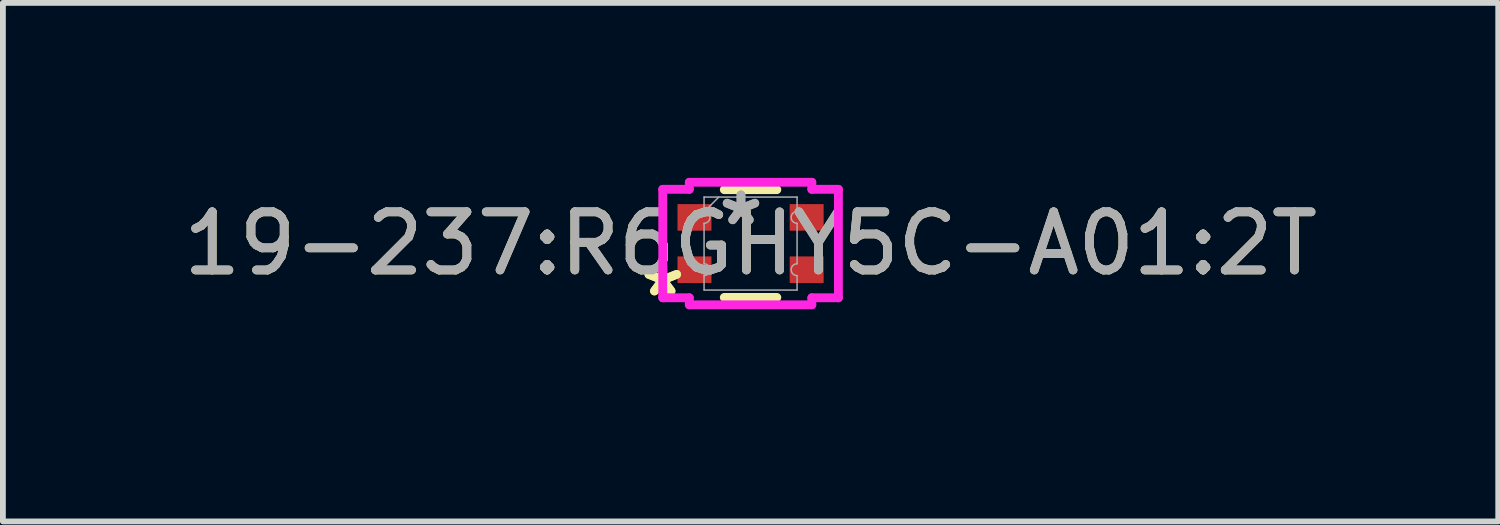
<source format=kicad_pcb>
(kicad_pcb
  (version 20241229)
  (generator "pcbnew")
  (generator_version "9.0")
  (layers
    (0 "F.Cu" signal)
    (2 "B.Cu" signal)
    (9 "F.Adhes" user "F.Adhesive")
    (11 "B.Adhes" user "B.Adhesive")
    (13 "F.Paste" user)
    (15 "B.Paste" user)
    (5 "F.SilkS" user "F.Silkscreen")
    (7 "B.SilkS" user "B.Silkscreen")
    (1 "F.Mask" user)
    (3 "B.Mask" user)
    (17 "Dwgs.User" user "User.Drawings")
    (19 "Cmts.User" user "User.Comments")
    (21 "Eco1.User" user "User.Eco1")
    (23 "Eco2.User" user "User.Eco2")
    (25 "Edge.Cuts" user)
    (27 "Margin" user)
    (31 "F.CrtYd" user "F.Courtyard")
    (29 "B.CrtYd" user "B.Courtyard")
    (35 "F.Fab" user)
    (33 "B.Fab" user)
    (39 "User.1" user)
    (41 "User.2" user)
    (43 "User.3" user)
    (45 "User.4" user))
  (footprint "19-237:R6GHY5C-A01:2T"
    (layer "F.Cu")
    (at 9.863 1.14)
    (property "Reference" "19-237:R6GHY5C-A01:2T" (at 0 0 0) (unlocked yes) (layer "F.SilkS") (effects (font (size 1 1) (thickness 0.15))))
    (attr smd)
    (fp_line (start -0.452 -0.927) (end 0.452 -0.927) (stroke (width 0.152) (type solid)) (layer "F.SilkS"))
    (fp_line (start -0.452 0.927) (end 0.452 0.927) (stroke (width 0.152) (type solid)) (layer "F.SilkS"))
    (fp_line (start -1.511 -0.933) (end -1.054 -0.933) (stroke (width 0.152) (type solid)) (layer "F.CrtYd"))
    (fp_line (start -1.511 0.933) (end -1.511 -0.933) (stroke (width 0.152) (type solid)) (layer "F.CrtYd"))
    (fp_line (start -1.511 0.933) (end -1.054 0.933) (stroke (width 0.152) (type solid)) (layer "F.CrtYd"))
    (fp_line (start -1.054 -1.054) (end 1.054 -1.054) (stroke (width 0.152) (type solid)) (layer "F.CrtYd"))
    (fp_line (start -1.054 -0.933) (end -1.054 -1.054) (stroke (width 0.152) (type solid)) (layer "F.CrtYd"))
    (fp_line (start -1.054 1.054) (end -1.054 0.933) (stroke (width 0.152) (type solid)) (layer "F.CrtYd"))
    (fp_line (start 1.054 -1.054) (end 1.054 -0.933) (stroke (width 0.152) (type solid)) (layer "F.CrtYd"))
    (fp_line (start 1.054 0.933) (end 1.054 1.054) (stroke (width 0.152) (type solid)) (layer "F.CrtYd"))
    (fp_line (start 1.054 1.054) (end -1.054 1.054) (stroke (width 0.152) (type solid)) (layer "F.CrtYd"))
    (fp_line (start 1.511 -0.933) (end 1.054 -0.933) (stroke (width 0.152) (type solid)) (layer "F.CrtYd"))
    (fp_line (start 1.511 -0.933) (end 1.511 0.933) (stroke (width 0.152) (type solid)) (layer "F.CrtYd"))
    (fp_line (start 1.511 0.933) (end 1.054 0.933) (stroke (width 0.152) (type solid)) (layer "F.CrtYd"))
    (fp_line (start -0.8 -0.8) (end 0.8 -0.8) (stroke (width 0.025) (type solid)) (layer "F.Fab"))
    (fp_line (start -0.8 -0.552) (end -0.8 -0.8) (stroke (width 0.025) (type solid)) (layer "F.Fab"))
    (fp_line (start -0.8 -0.348) (end -0.8 0.348) (stroke (width 0.025) (type solid)) (layer "F.Fab"))
    (fp_line (start -0.8 0.552) (end -0.8 0.8) (stroke (width 0.025) (type solid)) (layer "F.Fab"))
    (fp_line (start -0.8 0.8) (end 0.8 0.8) (stroke (width 0.025) (type solid)) (layer "F.Fab"))
    (fp_line (start -0.546 -0.8) (end -0.8 -0.546) (stroke (width 0.025) (type solid)) (layer "F.Fab"))
    (fp_line (start 0.8 -0.552) (end 0.8 -0.8) (stroke (width 0.025) (type solid)) (layer "F.Fab"))
    (fp_line (start 0.8 -0.348) (end 0.8 0.348) (stroke (width 0.025) (type solid)) (layer "F.Fab"))
    (fp_line (start 0.8 0.552) (end 0.8 0.8) (stroke (width 0.025) (type solid)) (layer "F.Fab"))
    (fp_arc (start -0.8001 -0.551599) (mid -0.6985 -0.449999) (end -0.8001 -0.348399) (stroke (width 0.0254) (type solid)) (layer "F.Fab"))
    (fp_arc (start -0.8001 0.348399) (mid -0.6985 0.449999) (end -0.8001 0.551599) (stroke (width 0.0254) (type solid)) (layer "F.Fab"))
    (fp_arc (start 0.8001 -0.348399) (mid 0.6985 -0.449999) (end 0.8001 -0.551599) (stroke (width 0.0254) (type solid)) (layer "F.Fab"))
    (fp_arc (start 0.8001 0.551599) (mid 0.6985 0.449999) (end 0.8001 0.348399) (stroke (width 0.0254) (type solid)) (layer "F.Fab"))
    (fp_text user "*" (at -1.511 0.933 0) (layer "F.SilkS") (effects (font (size 1 1) (thickness 0.15))))
    (fp_text user "*" (at -1.511 0.933 0) (unlocked yes) (layer "F.SilkS") (effects (font (size 1 1) (thickness 0.15))))
    (fp_text user "*" (at -0.165 -0.292 0) (layer "F.Fab") (effects (font (size 1 1) (thickness 0.15))))
    (fp_text user "*" (at -0.165 -0.292 0) (unlocked yes) (layer "F.Fab") (effects (font (size 1 1) (thickness 0.15))))
    (fp_text user "${REFERENCE}" (at 0 0 0) (unlocked yes) (layer "F.Fab") (effects (font (size 1 1) (thickness 0.15))))
    (pad "1" smd rect (at -0.965 0.45) (size 0.584 0.457) (layers "F.Cu" "F.Mask" "F.Paste"))
    (pad "2" smd rect (at -0.965 -0.45) (size 0.584 0.457) (layers "F.Cu" "F.Mask" "F.Paste"))
    (pad "3" smd rect (at 0.965 -0.45) (size 0.584 0.457) (layers "F.Cu" "F.Mask" "F.Paste"))
    (pad "4" smd rect (at 0.965 0.45) (size 0.584 0.457) (layers "F.Cu" "F.Mask" "F.Paste")))
  (gr_rect
    (start -3 -3)
    (end 22.726 5.921)
    (stroke (width 0.1) (type default))
    (fill no)
    (layer "Edge.Cuts")))
</source>
